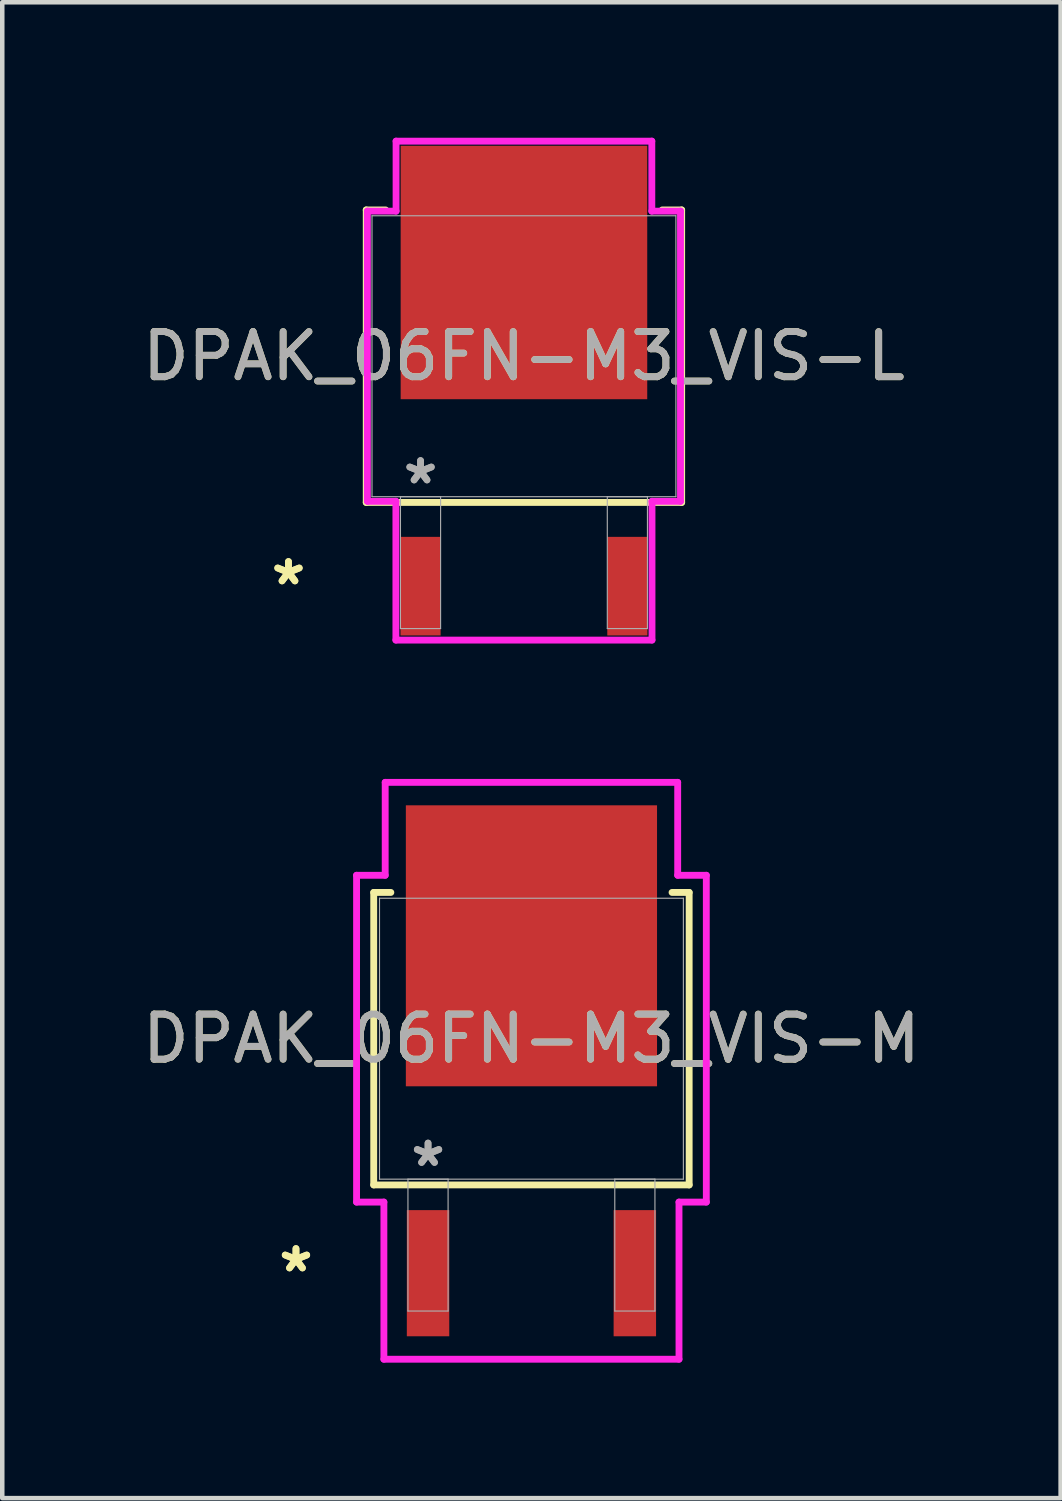
<source format=kicad_pcb>
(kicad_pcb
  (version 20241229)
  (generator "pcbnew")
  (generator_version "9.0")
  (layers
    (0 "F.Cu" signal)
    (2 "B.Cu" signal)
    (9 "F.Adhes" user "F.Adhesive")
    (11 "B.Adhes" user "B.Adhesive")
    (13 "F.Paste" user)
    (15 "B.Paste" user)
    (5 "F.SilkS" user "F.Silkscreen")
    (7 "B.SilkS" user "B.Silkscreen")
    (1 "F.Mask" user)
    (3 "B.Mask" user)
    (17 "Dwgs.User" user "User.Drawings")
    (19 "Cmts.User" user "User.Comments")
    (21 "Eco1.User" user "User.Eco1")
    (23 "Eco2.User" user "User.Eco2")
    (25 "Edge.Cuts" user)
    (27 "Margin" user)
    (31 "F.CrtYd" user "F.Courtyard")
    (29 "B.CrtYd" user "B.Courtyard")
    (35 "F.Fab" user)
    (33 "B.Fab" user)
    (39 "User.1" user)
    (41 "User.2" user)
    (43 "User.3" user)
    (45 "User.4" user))
  (footprint "DPAK_06FN-M3_VIS-L"
    (layer "F.Cu")
    (at 8.554 4.839)
    (property "Reference" "DPAK_06FN-M3_VIS-L" (at 0 0 0) (unlocked yes) (layer "F.SilkS") (effects (font (size 1 1) (thickness 0.15))))
    (attr smd)
    (fp_line (start -3.493 -3.239) (end -3.493 3.239) (stroke (width 0.152) (type solid)) (layer "F.SilkS"))
    (fp_line (start -3.493 3.239) (end 3.493 3.239) (stroke (width 0.152) (type solid)) (layer "F.SilkS"))
    (fp_line (start -3.063 -3.239) (end -3.493 -3.239) (stroke (width 0.152) (type solid)) (layer "F.SilkS"))
    (fp_line (start 3.493 -3.239) (end 3.063 -3.239) (stroke (width 0.152) (type solid)) (layer "F.SilkS"))
    (fp_line (start 3.493 3.239) (end 3.493 -3.239) (stroke (width 0.152) (type solid)) (layer "F.SilkS"))
    (fp_line (start -3.467 -3.213) (end -2.832 -3.213) (stroke (width 0.152) (type solid)) (layer "F.CrtYd"))
    (fp_line (start -3.467 3.213) (end -3.467 -3.213) (stroke (width 0.152) (type solid)) (layer "F.CrtYd"))
    (fp_line (start -2.836 3.213) (end -3.467 3.213) (stroke (width 0.152) (type solid)) (layer "F.CrtYd"))
    (fp_line (start -2.836 6.287) (end -2.836 3.213) (stroke (width 0.152) (type solid)) (layer "F.CrtYd"))
    (fp_line (start -2.832 -4.763) (end 2.832 -4.763) (stroke (width 0.152) (type solid)) (layer "F.CrtYd"))
    (fp_line (start -2.832 -3.213) (end -2.832 -4.763) (stroke (width 0.152) (type solid)) (layer "F.CrtYd"))
    (fp_line (start 2.832 -4.763) (end 2.832 -3.213) (stroke (width 0.152) (type solid)) (layer "F.CrtYd"))
    (fp_line (start 2.832 -3.213) (end 3.467 -3.213) (stroke (width 0.152) (type solid)) (layer "F.CrtYd"))
    (fp_line (start 2.836 3.213) (end 2.836 6.287) (stroke (width 0.152) (type solid)) (layer "F.CrtYd"))
    (fp_line (start 2.836 6.287) (end -2.836 6.287) (stroke (width 0.152) (type solid)) (layer "F.CrtYd"))
    (fp_line (start 3.467 -3.213) (end 3.467 3.213) (stroke (width 0.152) (type solid)) (layer "F.CrtYd"))
    (fp_line (start 3.467 3.213) (end 2.836 3.213) (stroke (width 0.152) (type solid)) (layer "F.CrtYd"))
    (fp_line (start -3.365 -3.111) (end -3.365 3.111) (stroke (width 0.025) (type solid)) (layer "F.Fab"))
    (fp_line (start -3.365 3.111) (end 3.365 3.111) (stroke (width 0.025) (type solid)) (layer "F.Fab"))
    (fp_line (start -2.735 3.111) (end -2.735 6.032) (stroke (width 0.025) (type solid)) (layer "F.Fab"))
    (fp_line (start -2.735 6.032) (end -1.846 6.032) (stroke (width 0.025) (type solid)) (layer "F.Fab"))
    (fp_line (start -1.846 3.111) (end -2.735 3.111) (stroke (width 0.025) (type solid)) (layer "F.Fab"))
    (fp_line (start -1.846 6.032) (end -1.846 3.111) (stroke (width 0.025) (type solid)) (layer "F.Fab"))
    (fp_line (start 1.846 3.111) (end 1.846 6.032) (stroke (width 0.025) (type solid)) (layer "F.Fab"))
    (fp_line (start 1.846 6.032) (end 2.735 6.032) (stroke (width 0.025) (type solid)) (layer "F.Fab"))
    (fp_line (start 2.735 3.111) (end 1.846 3.111) (stroke (width 0.025) (type solid)) (layer "F.Fab"))
    (fp_line (start 2.735 6.032) (end 2.735 3.111) (stroke (width 0.025) (type solid)) (layer "F.Fab"))
    (fp_line (start 3.365 -3.111) (end -3.365 -3.111) (stroke (width 0.025) (type solid)) (layer "F.Fab"))
    (fp_line (start 3.365 3.111) (end 3.365 -3.111) (stroke (width 0.025) (type solid)) (layer "F.Fab"))
    (fp_text user "*" (at -5.215 5.093 0) (layer "F.SilkS") (effects (font (size 1 1) (thickness 0.15))))
    (fp_text user "*" (at -5.215 5.093 0) (unlocked yes) (layer "F.SilkS") (effects (font (size 1 1) (thickness 0.15))))
    (fp_text user "${REFERENCE}" (at 0 0 0) (unlocked yes) (layer "F.Fab") (effects (font (size 1 1) (thickness 0.15))))
    (fp_text user "*" (at -2.29 2.857 0) (layer "F.Fab") (effects (font (size 1 1) (thickness 0.15))))
    (fp_text user "*" (at -2.29 2.857 0) (unlocked yes) (layer "F.Fab") (effects (font (size 1 1) (thickness 0.15))))
    (pad "1" smd rect (at -2.29 5.093) (size 0.889 2.184) (layers "F.Cu" "F.Mask" "F.Paste"))
    (pad "2" smd rect (at 0 -1.854) (size 5.461 5.613) (layers "F.Cu" "F.Mask" "F.Paste"))
    (pad "3" smd rect (at 2.29 5.093) (size 0.889 2.184) (layers "F.Cu" "F.Mask" "F.Paste")))
  (footprint "DPAK_06FN-M3_VIS-M"
    (layer "F.Cu")
    (at 8.72 19.954)
    (property "Reference" "DPAK_06FN-M3_VIS-M" (at 0 0 0) (unlocked yes) (layer "F.SilkS") (effects (font (size 1 1) (thickness 0.15))))
    (attr smd)
    (fp_line (start -3.493 -3.239) (end -3.493 3.239) (stroke (width 0.152) (type solid)) (layer "F.SilkS"))
    (fp_line (start -3.493 3.239) (end 3.493 3.239) (stroke (width 0.152) (type solid)) (layer "F.SilkS"))
    (fp_line (start -3.114 -3.239) (end -3.493 -3.239) (stroke (width 0.152) (type solid)) (layer "F.SilkS"))
    (fp_line (start 3.493 -3.239) (end 3.114 -3.239) (stroke (width 0.152) (type solid)) (layer "F.SilkS"))
    (fp_line (start 3.493 3.239) (end 3.493 -3.239) (stroke (width 0.152) (type solid)) (layer "F.SilkS"))
    (fp_line (start -3.873 -3.619) (end -3.239 -3.619) (stroke (width 0.152) (type solid)) (layer "F.CrtYd"))
    (fp_line (start -3.873 3.619) (end -3.873 -3.619) (stroke (width 0.152) (type solid)) (layer "F.CrtYd"))
    (fp_line (start -3.268 3.619) (end -3.873 3.619) (stroke (width 0.152) (type solid)) (layer "F.CrtYd"))
    (fp_line (start -3.268 7.099) (end -3.268 3.619) (stroke (width 0.152) (type solid)) (layer "F.CrtYd"))
    (fp_line (start -3.239 -5.677) (end 3.239 -5.677) (stroke (width 0.152) (type solid)) (layer "F.CrtYd"))
    (fp_line (start -3.239 -3.619) (end -3.239 -5.677) (stroke (width 0.152) (type solid)) (layer "F.CrtYd"))
    (fp_line (start 3.239 -5.677) (end 3.239 -3.619) (stroke (width 0.152) (type solid)) (layer "F.CrtYd"))
    (fp_line (start 3.239 -3.619) (end 3.873 -3.619) (stroke (width 0.152) (type solid)) (layer "F.CrtYd"))
    (fp_line (start 3.268 3.619) (end 3.268 7.099) (stroke (width 0.152) (type solid)) (layer "F.CrtYd"))
    (fp_line (start 3.268 7.099) (end -3.268 7.099) (stroke (width 0.152) (type solid)) (layer "F.CrtYd"))
    (fp_line (start 3.873 -3.619) (end 3.873 3.619) (stroke (width 0.152) (type solid)) (layer "F.CrtYd"))
    (fp_line (start 3.873 3.619) (end 3.268 3.619) (stroke (width 0.152) (type solid)) (layer "F.CrtYd"))
    (fp_line (start -3.365 -3.111) (end -3.365 3.111) (stroke (width 0.025) (type solid)) (layer "F.Fab"))
    (fp_line (start -3.365 3.111) (end 3.365 3.111) (stroke (width 0.025) (type solid)) (layer "F.Fab"))
    (fp_line (start -2.735 3.111) (end -2.735 6.032) (stroke (width 0.025) (type solid)) (layer "F.Fab"))
    (fp_line (start -2.735 6.032) (end -1.846 6.032) (stroke (width 0.025) (type solid)) (layer "F.Fab"))
    (fp_line (start -1.846 3.111) (end -2.735 3.111) (stroke (width 0.025) (type solid)) (layer "F.Fab"))
    (fp_line (start -1.846 6.032) (end -1.846 3.111) (stroke (width 0.025) (type solid)) (layer "F.Fab"))
    (fp_line (start 1.846 3.111) (end 1.846 6.032) (stroke (width 0.025) (type solid)) (layer "F.Fab"))
    (fp_line (start 1.846 6.032) (end 2.735 6.032) (stroke (width 0.025) (type solid)) (layer "F.Fab"))
    (fp_line (start 2.735 3.111) (end 1.846 3.111) (stroke (width 0.025) (type solid)) (layer "F.Fab"))
    (fp_line (start 2.735 6.032) (end 2.735 3.111) (stroke (width 0.025) (type solid)) (layer "F.Fab"))
    (fp_line (start 3.365 -3.111) (end -3.365 -3.111) (stroke (width 0.025) (type solid)) (layer "F.Fab"))
    (fp_line (start 3.365 3.111) (end 3.365 -3.111) (stroke (width 0.025) (type solid)) (layer "F.Fab"))
    (fp_text user "*" (at -5.215 5.194 0) (unlocked yes) (layer "F.SilkS") (effects (font (size 1 1) (thickness 0.15))))
    (fp_text user "*" (at -5.215 5.194 0) (layer "F.SilkS") (effects (font (size 1 1) (thickness 0.15))))
    (fp_text user "*" (at -2.29 2.857 0) (layer "F.Fab") (effects (font (size 1 1) (thickness 0.15))))
    (fp_text user "${REFERENCE}" (at 0 0 0) (unlocked yes) (layer "F.Fab") (effects (font (size 1 1) (thickness 0.15))))
    (fp_text user "*" (at -2.29 2.857 0) (unlocked yes) (layer "F.Fab") (effects (font (size 1 1) (thickness 0.15))))
    (pad "1" smd rect (at -2.29 5.194) (size 0.94 2.794) (layers "F.Cu" "F.Mask" "F.Paste"))
    (pad "2" smd rect (at 0 -2.057) (size 5.563 6.223) (layers "F.Cu" "F.Mask" "F.Paste"))
    (pad "3" smd rect (at 2.29 5.194) (size 0.94 2.794) (layers "F.Cu" "F.Mask" "F.Paste")))
  (gr_rect
    (start -3 -3)
    (end 20.44 30.13)
    (stroke (width 0.1) (type default))
    (fill no)
    (layer "Edge.Cuts")))
</source>
